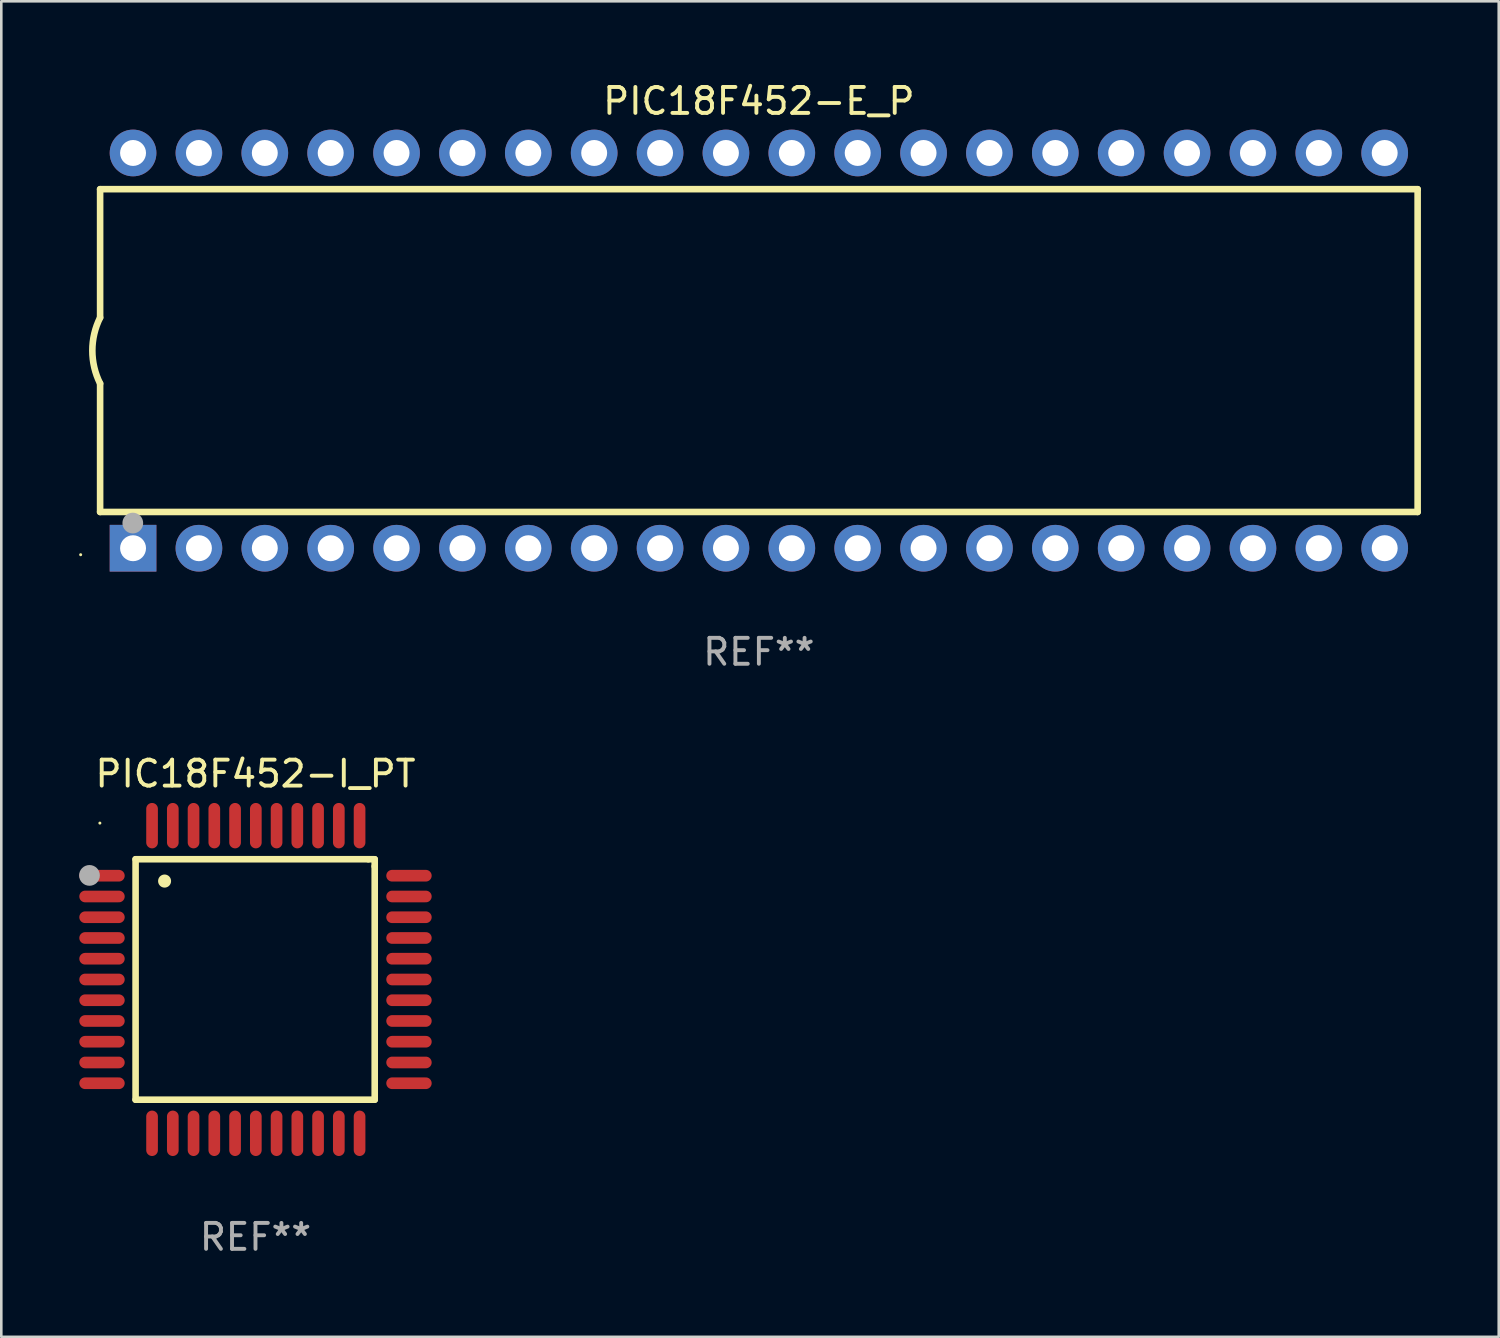
<source format=kicad_pcb>
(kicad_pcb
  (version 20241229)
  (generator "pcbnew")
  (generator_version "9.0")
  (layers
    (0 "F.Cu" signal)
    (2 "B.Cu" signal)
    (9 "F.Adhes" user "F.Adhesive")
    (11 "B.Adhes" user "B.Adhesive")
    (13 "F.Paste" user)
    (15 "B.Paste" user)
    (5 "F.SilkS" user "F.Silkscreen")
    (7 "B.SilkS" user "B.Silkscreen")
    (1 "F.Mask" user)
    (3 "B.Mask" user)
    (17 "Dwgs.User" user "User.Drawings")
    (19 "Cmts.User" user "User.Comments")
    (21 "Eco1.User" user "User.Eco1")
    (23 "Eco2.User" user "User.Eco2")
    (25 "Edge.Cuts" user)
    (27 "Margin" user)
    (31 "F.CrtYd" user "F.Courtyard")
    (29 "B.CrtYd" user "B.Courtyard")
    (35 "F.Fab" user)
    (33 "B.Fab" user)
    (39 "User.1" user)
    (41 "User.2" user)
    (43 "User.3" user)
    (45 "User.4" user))
  (footprint "PIC18F452-I_PT"
    (layer "F.Cu")
    (at 6.801 34.716)
    (property "Reference" "PIC18F452-I_PT" (at 0 -7.931 0) (layer "F.SilkS") (effects (font (size 1 1) (thickness 0.15))))
    (attr through_hole)
    (fp_line (start -4.623 -4.636) (end 4.35 -4.636) (stroke (width 0.254) (type solid)) (layer "F.SilkS"))
    (fp_line (start -4.623 4.636) (end -4.623 -4.636) (stroke (width 0.254) (type solid)) (layer "F.SilkS"))
    (fp_line (start 4.35 -4.636) (end 4.597 -4.636) (stroke (width 0.254) (type solid)) (layer "F.SilkS"))
    (fp_line (start 4.597 -4.636) (end 4.597 -4.363) (stroke (width 0.254) (type solid)) (layer "F.SilkS"))
    (fp_line (start 4.597 -4.363) (end 4.597 4.636) (stroke (width 0.254) (type solid)) (layer "F.SilkS"))
    (fp_line (start 4.597 4.636) (end -4.623 4.636) (stroke (width 0.254) (type solid)) (layer "F.SilkS"))
    (fp_arc (start -3.505207 -3.792228) (mid -3.50522 -3.794768) (end -3.505207 -3.797308) (stroke (width 0.5) (type solid)) (layer "F.SilkS"))
    (fp_circle (center -6 -6.03) (end -5.97 -6.03) (stroke (width 0.06) (type solid)) (fill no) (layer "F.SilkS"))
    (fp_circle (center -6.401 -4.013) (end -6.201 -4.013) (stroke (width 0.4) (type solid)) (fill no) (layer "F.Fab"))
    (fp_text user "REF**" (at 0 9.931 0) (layer "F.Fab") (effects (font (size 1 1) (thickness 0.15))))
    (pad "1" smd oval (at -5.918 -4.001 90) (size 0.45 1.75) (layers "F.Cu" "F.Mask" "F.Paste"))
    (pad "2" smd oval (at -5.918 -3.2 90) (size 0.45 1.75) (layers "F.Cu" "F.Mask" "F.Paste"))
    (pad "3" smd oval (at -5.918 -2.4 90) (size 0.45 1.75) (layers "F.Cu" "F.Mask" "F.Paste"))
    (pad "4" smd oval (at -5.918 -1.6 90) (size 0.45 1.75) (layers "F.Cu" "F.Mask" "F.Paste"))
    (pad "5" smd oval (at -5.918 -0.8 90) (size 0.45 1.75) (layers "F.Cu" "F.Mask" "F.Paste"))
    (pad "6" smd oval (at -5.918 0 90) (size 0.45 1.75) (layers "F.Cu" "F.Mask" "F.Paste"))
    (pad "7" smd oval (at -5.918 0.8 90) (size 0.45 1.75) (layers "F.Cu" "F.Mask" "F.Paste"))
    (pad "8" smd oval (at -5.918 1.6 90) (size 0.45 1.75) (layers "F.Cu" "F.Mask" "F.Paste"))
    (pad "9" smd oval (at -5.918 2.4 90) (size 0.45 1.75) (layers "F.Cu" "F.Mask" "F.Paste"))
    (pad "10" smd oval (at -5.918 3.2 90) (size 0.45 1.75) (layers "F.Cu" "F.Mask" "F.Paste"))
    (pad "11" smd oval (at -5.918 4.001 90) (size 0.45 1.75) (layers "F.Cu" "F.Mask" "F.Paste"))
    (pad "12" smd oval (at -3.988 5.931) (size 0.45 1.75) (layers "F.Cu" "F.Mask" "F.Paste"))
    (pad "13" smd oval (at -3.188 5.931) (size 0.45 1.75) (layers "F.Cu" "F.Mask" "F.Paste"))
    (pad "14" smd oval (at -2.388 5.931) (size 0.45 1.75) (layers "F.Cu" "F.Mask" "F.Paste"))
    (pad "15" smd oval (at -1.588 5.931) (size 0.45 1.75) (layers "F.Cu" "F.Mask" "F.Paste"))
    (pad "16" smd oval (at -0.787 5.931) (size 0.45 1.75) (layers "F.Cu" "F.Mask" "F.Paste"))
    (pad "17" smd oval (at 0.013 5.931) (size 0.45 1.75) (layers "F.Cu" "F.Mask" "F.Paste"))
    (pad "18" smd oval (at 0.813 5.931) (size 0.45 1.75) (layers "F.Cu" "F.Mask" "F.Paste"))
    (pad "19" smd oval (at 1.613 5.931) (size 0.45 1.75) (layers "F.Cu" "F.Mask" "F.Paste"))
    (pad "20" smd oval (at 2.413 5.931) (size 0.45 1.75) (layers "F.Cu" "F.Mask" "F.Paste"))
    (pad "21" smd oval (at 3.213 5.931) (size 0.45 1.75) (layers "F.Cu" "F.Mask" "F.Paste"))
    (pad "22" smd oval (at 4.013 5.931) (size 0.45 1.75) (layers "F.Cu" "F.Mask" "F.Paste"))
    (pad "23" smd oval (at 5.918 4.001 90) (size 0.45 1.75) (layers "F.Cu" "F.Mask" "F.Paste"))
    (pad "24" smd oval (at 5.918 3.2 90) (size 0.45 1.75) (layers "F.Cu" "F.Mask" "F.Paste"))
    (pad "25" smd oval (at 5.918 2.4 90) (size 0.45 1.75) (layers "F.Cu" "F.Mask" "F.Paste"))
    (pad "26" smd oval (at 5.918 1.6 90) (size 0.45 1.75) (layers "F.Cu" "F.Mask" "F.Paste"))
    (pad "27" smd oval (at 5.918 0.8 90) (size 0.45 1.75) (layers "F.Cu" "F.Mask" "F.Paste"))
    (pad "28" smd oval (at 5.918 0 90) (size 0.45 1.75) (layers "F.Cu" "F.Mask" "F.Paste"))
    (pad "29" smd oval (at 5.918 -0.8 90) (size 0.45 1.75) (layers "F.Cu" "F.Mask" "F.Paste"))
    (pad "30" smd oval (at 5.918 -1.6 90) (size 0.45 1.75) (layers "F.Cu" "F.Mask" "F.Paste"))
    (pad "31" smd oval (at 5.918 -2.4 90) (size 0.45 1.75) (layers "F.Cu" "F.Mask" "F.Paste"))
    (pad "32" smd oval (at 5.918 -3.2 90) (size 0.45 1.75) (layers "F.Cu" "F.Mask" "F.Paste"))
    (pad "33" smd oval (at 5.918 -4.001 90) (size 0.45 1.75) (layers "F.Cu" "F.Mask" "F.Paste"))
    (pad "34" smd oval (at 4.013 -5.931) (size 0.45 1.75) (layers "F.Cu" "F.Mask" "F.Paste"))
    (pad "35" smd oval (at 3.213 -5.931) (size 0.45 1.75) (layers "F.Cu" "F.Mask" "F.Paste"))
    (pad "36" smd oval (at 2.413 -5.931) (size 0.45 1.75) (layers "F.Cu" "F.Mask" "F.Paste"))
    (pad "37" smd oval (at 1.613 -5.931) (size 0.45 1.75) (layers "F.Cu" "F.Mask" "F.Paste"))
    (pad "38" smd oval (at 0.813 -5.931) (size 0.45 1.75) (layers "F.Cu" "F.Mask" "F.Paste"))
    (pad "39" smd oval (at 0.013 -5.931) (size 0.45 1.75) (layers "F.Cu" "F.Mask" "F.Paste"))
    (pad "40" smd oval (at -0.787 -5.931) (size 0.45 1.75) (layers "F.Cu" "F.Mask" "F.Paste"))
    (pad "41" smd oval (at -1.588 -5.931) (size 0.45 1.75) (layers "F.Cu" "F.Mask" "F.Paste"))
    (pad "42" smd oval (at -2.388 -5.931) (size 0.45 1.75) (layers "F.Cu" "F.Mask" "F.Paste"))
    (pad "43" smd oval (at -3.188 -5.931) (size 0.45 1.75) (layers "F.Cu" "F.Mask" "F.Paste"))
    (pad "44" smd oval (at -3.988 -5.931) (size 0.45 1.75) (layers "F.Cu" "F.Mask" "F.Paste")))
  (footprint "PIC18F452-E_P"
    (layer "F.Cu")
    (at 26.21 10.468)
    (property "Reference" "PIC18F452-E_P" (at 0 -9.62 0) (layer "F.SilkS") (effects (font (size 1 1) (thickness 0.15))))
    (attr through_hole)
    (fp_line (start -25.4 -6.224) (end -25.4 -1.271) (stroke (width 0.254) (type solid)) (layer "F.SilkS"))
    (fp_line (start -25.4 -6.224) (end 25.4 -6.224) (stroke (width 0.254) (type solid)) (layer "F.SilkS"))
    (fp_line (start -25.4 1.269) (end -25.4 6.222) (stroke (width 0.254) (type solid)) (layer "F.SilkS"))
    (fp_line (start -25.4 6.222) (end 25.4 6.222) (stroke (width 0.254) (type solid)) (layer "F.SilkS"))
    (fp_line (start 25.4 6.222) (end 25.4 -6.224) (stroke (width 0.254) (type solid)) (layer "F.SilkS"))
    (fp_arc (start -25.4 1.269241) (mid -25.699807 -0.000762) (end -25.4 -1.270765) (stroke (width 0.254001) (type solid)) (layer "F.SilkS"))
    (fp_circle (center -26.15 7.87) (end -26.12 7.87) (stroke (width 0.06) (type solid)) (fill no) (layer "F.SilkS"))
    (fp_circle (center -24.14 6.65) (end -23.94 6.65) (stroke (width 0.4) (type solid)) (fill no) (layer "F.Fab"))
    (fp_text user "REF**" (at 0 11.62 0) (layer "F.Fab") (effects (font (size 1 1) (thickness 0.15))))
    (pad "1" thru_hole rect (at -24.13 7.62 90) (size 1.8 1.8) (drill 1) (layers "*.Cu" "*.Mask"))
    (pad "2" thru_hole circle (at -21.59 7.62) (size 1.8 1.8) (drill 1) (layers "*.Cu" "*.Mask"))
    (pad "3" thru_hole circle (at -19.05 7.62) (size 1.8 1.8) (drill 1) (layers "*.Cu" "*.Mask"))
    (pad "4" thru_hole circle (at -16.51 7.62) (size 1.8 1.8) (drill 1) (layers "*.Cu" "*.Mask"))
    (pad "5" thru_hole circle (at -13.97 7.62) (size 1.8 1.8) (drill 1) (layers "*.Cu" "*.Mask"))
    (pad "6" thru_hole circle (at -11.43 7.62) (size 1.8 1.8) (drill 1) (layers "*.Cu" "*.Mask"))
    (pad "7" thru_hole circle (at -8.89 7.62) (size 1.8 1.8) (drill 1) (layers "*.Cu" "*.Mask"))
    (pad "8" thru_hole circle (at -6.35 7.62) (size 1.8 1.8) (drill 1) (layers "*.Cu" "*.Mask"))
    (pad "9" thru_hole circle (at -3.81 7.62) (size 1.8 1.8) (drill 1) (layers "*.Cu" "*.Mask"))
    (pad "10" thru_hole circle (at -1.27 7.62) (size 1.8 1.8) (drill 1) (layers "*.Cu" "*.Mask"))
    (pad "11" thru_hole circle (at 1.27 7.62) (size 1.8 1.8) (drill 1) (layers "*.Cu" "*.Mask"))
    (pad "12" thru_hole circle (at 3.81 7.62) (size 1.8 1.8) (drill 1) (layers "*.Cu" "*.Mask"))
    (pad "13" thru_hole circle (at 6.35 7.62) (size 1.8 1.8) (drill 1) (layers "*.Cu" "*.Mask"))
    (pad "14" thru_hole circle (at 8.89 7.62) (size 1.8 1.8) (drill 1) (layers "*.Cu" "*.Mask"))
    (pad "15" thru_hole circle (at 11.43 7.62) (size 1.8 1.8) (drill 1) (layers "*.Cu" "*.Mask"))
    (pad "16" thru_hole circle (at 13.97 7.62) (size 1.8 1.8) (drill 1) (layers "*.Cu" "*.Mask"))
    (pad "17" thru_hole circle (at 16.51 7.62) (size 1.8 1.8) (drill 1) (layers "*.Cu" "*.Mask"))
    (pad "18" thru_hole circle (at 19.05 7.62) (size 1.8 1.8) (drill 1) (layers "*.Cu" "*.Mask"))
    (pad "19" thru_hole circle (at 21.59 7.62) (size 1.8 1.8) (drill 1) (layers "*.Cu" "*.Mask"))
    (pad "20" thru_hole circle (at 24.13 7.62) (size 1.8 1.8) (drill 1) (layers "*.Cu" "*.Mask"))
    (pad "21" thru_hole circle (at 24.13 -7.62) (size 1.8 1.8) (drill 1) (layers "*.Cu" "*.Mask"))
    (pad "22" thru_hole circle (at 21.59 -7.62) (size 1.8 1.8) (drill 1) (layers "*.Cu" "*.Mask"))
    (pad "23" thru_hole circle (at 19.05 -7.62) (size 1.8 1.8) (drill 1) (layers "*.Cu" "*.Mask"))
    (pad "24" thru_hole circle (at 16.51 -7.62) (size 1.8 1.8) (drill 1) (layers "*.Cu" "*.Mask"))
    (pad "25" thru_hole circle (at 13.97 -7.62) (size 1.8 1.8) (drill 1) (layers "*.Cu" "*.Mask"))
    (pad "26" thru_hole circle (at 11.43 -7.62) (size 1.8 1.8) (drill 1) (layers "*.Cu" "*.Mask"))
    (pad "27" thru_hole circle (at 8.89 -7.62) (size 1.8 1.8) (drill 1) (layers "*.Cu" "*.Mask"))
    (pad "28" thru_hole circle (at 6.35 -7.62) (size 1.8 1.8) (drill 1) (layers "*.Cu" "*.Mask"))
    (pad "29" thru_hole circle (at 3.81 -7.62) (size 1.8 1.8) (drill 1) (layers "*.Cu" "*.Mask"))
    (pad "30" thru_hole circle (at 1.27 -7.62) (size 1.8 1.8) (drill 1) (layers "*.Cu" "*.Mask"))
    (pad "31" thru_hole circle (at -1.27 -7.62) (size 1.8 1.8) (drill 1) (layers "*.Cu" "*.Mask"))
    (pad "32" thru_hole circle (at -3.81 -7.62) (size 1.8 1.8) (drill 1) (layers "*.Cu" "*.Mask"))
    (pad "33" thru_hole circle (at -6.35 -7.62) (size 1.8 1.8) (drill 1) (layers "*.Cu" "*.Mask"))
    (pad "34" thru_hole circle (at -8.89 -7.62) (size 1.8 1.8) (drill 1) (layers "*.Cu" "*.Mask"))
    (pad "35" thru_hole circle (at -11.43 -7.62) (size 1.8 1.8) (drill 1) (layers "*.Cu" "*.Mask"))
    (pad "36" thru_hole circle (at -13.97 -7.62) (size 1.8 1.8) (drill 1) (layers "*.Cu" "*.Mask"))
    (pad "37" thru_hole circle (at -16.51 -7.62) (size 1.8 1.8) (drill 1) (layers "*.Cu" "*.Mask"))
    (pad "38" thru_hole circle (at -19.05 -7.62) (size 1.8 1.8) (drill 1) (layers "*.Cu" "*.Mask"))
    (pad "39" thru_hole circle (at -21.59 -7.62) (size 1.8 1.8) (drill 1) (layers "*.Cu" "*.Mask"))
    (pad "40" thru_hole circle (at -24.13 -7.62) (size 1.8 1.8) (drill 1) (layers "*.Cu" "*.Mask")))
  (gr_rect
    (start -3 -3)
    (end 54.737 48.495)
    (stroke (width 0.1) (type default))
    (fill no)
    (layer "Edge.Cuts")))
</source>
